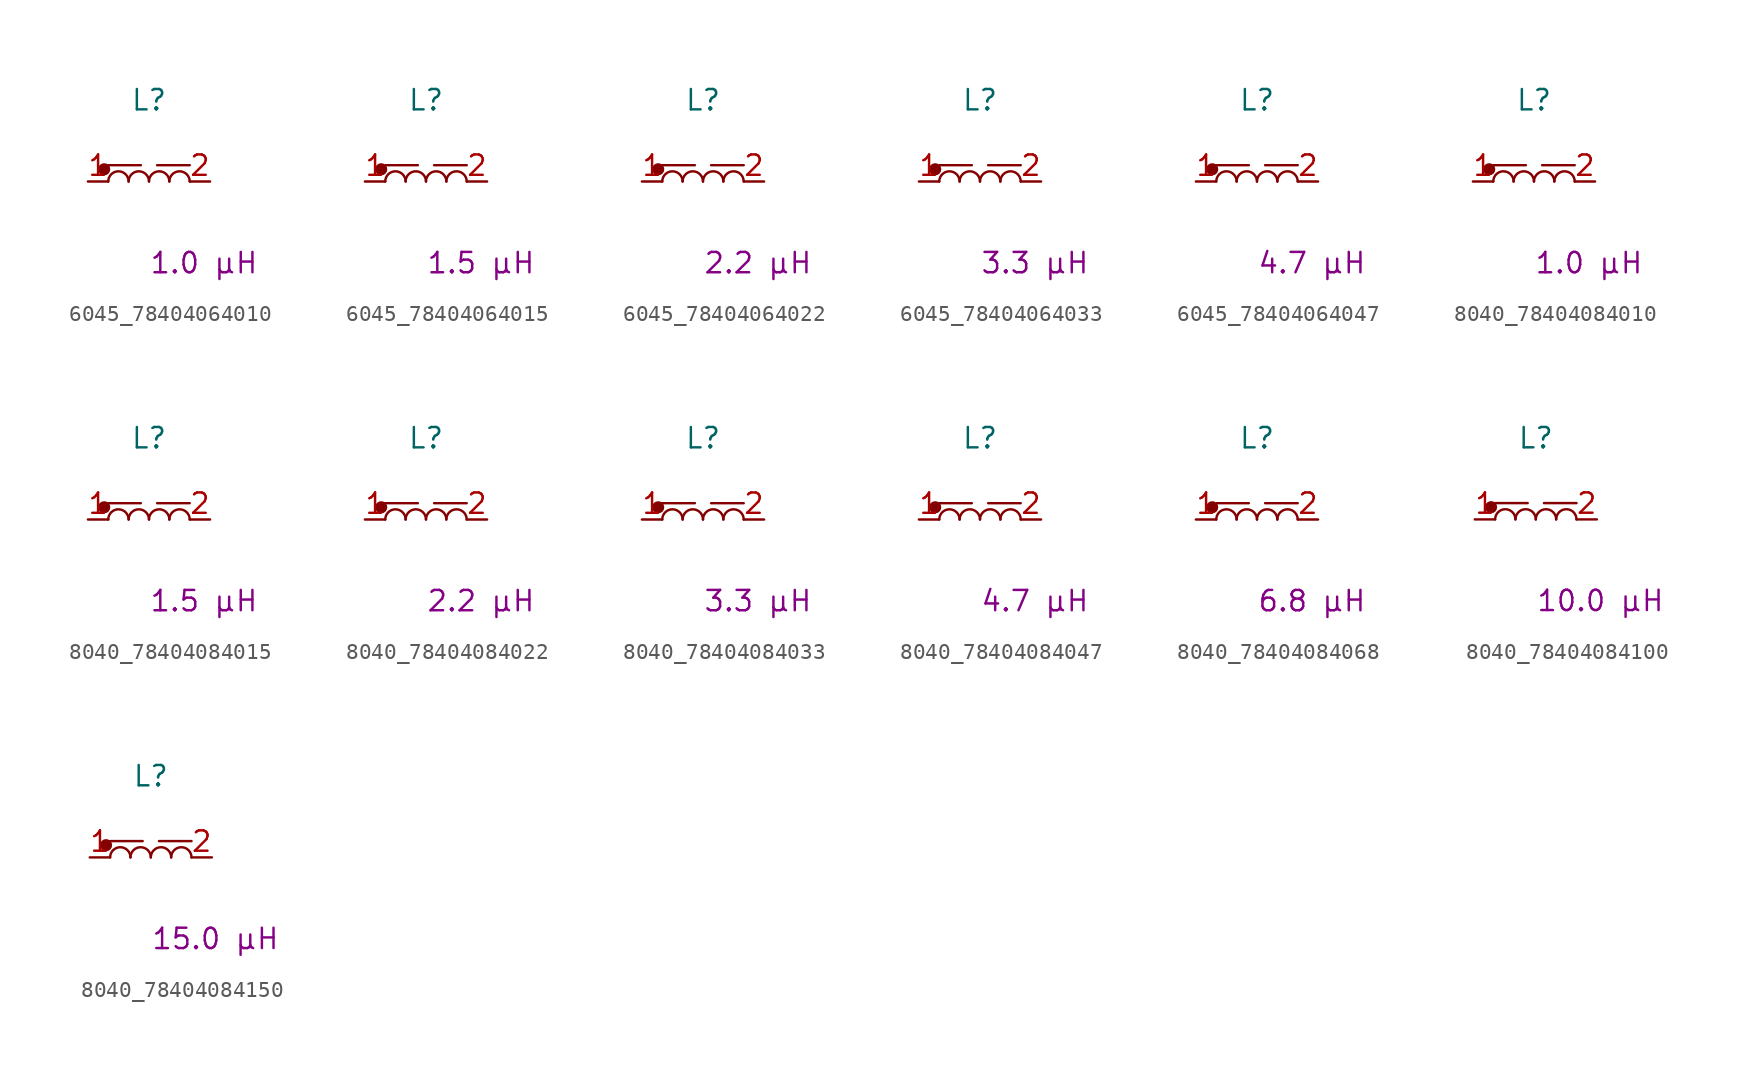
<source format=kicad_sym>
(kicad_symbol_lib
  (version 20220914)
  (generator kicad_symbol_editor)
  (symbol "6045_78404064010"
    (pin_names hide)
    (property "Reference" "L"
      (at 0 5.08 0)
      (effects (font (size 1.27 1.27))))
    (property "Critical Parameter" "1.0 µH"
      (at 0 -5.08 0)
      (effects (font (size 1.27 1.27)) (justify left)))
    (symbol "6045_78404064010_0_1"
      (arc (start -1.27 0) (mid -1.905 0.6323) (end -2.54 0) (stroke (width 0) (type default)) (fill (type none)))
      (arc (start 0 0) (mid -0.635 0.6323) (end -1.27 0) (stroke (width 0) (type default)) (fill (type none)))
      (polyline (pts (xy -2.54 1.016) (xy -0.508 1.016)) (stroke (width 0) (type default)) (fill (type none)))
      (arc (start 1.27 0) (mid 0.635 0.6323) (end 0 0) (stroke (width 0) (type default)) (fill (type none)))
      (arc (start 2.54 0) (mid 1.905 0.6323) (end 1.27 0) (stroke (width 0) (type default)) (fill (type none))))
    (symbol "6045_78404064010_1_1"
      (circle (center -2.794 0.762) (radius 0.0001) (stroke (width 0.381) (type default)) (fill (type none)))
      (polyline (pts (xy 2.54 1.016) (xy 0.508 1.016)) (stroke (width 0) (type default)) (fill (type none)))
      (pin passive line (at -3.81 0 0) (length 1.27) (name "1" (effects (font (size 1.27 1.27)))) (number "1" (effects (font (size 1.27 1.27)))))
      (pin passive line (at 3.81 0 180) (length 1.27) (name "2" (effects (font (size 1.27 1.27)))) (number "2" (effects (font (size 1.27 1.27)))))))
  (symbol "6045_78404064015"
    (pin_names hide)
    (property "Reference" "L"
      (at 0 5.08 0)
      (effects (font (size 1.27 1.27))))
    (property "Critical Parameter" "1.5 µH"
      (at 0 -5.08 0)
      (effects (font (size 1.27 1.27)) (justify left)))
    (symbol "6045_78404064015_0_1"
      (arc (start -1.27 0) (mid -1.905 0.6323) (end -2.54 0) (stroke (width 0) (type default)) (fill (type none)))
      (arc (start 0 0) (mid -0.635 0.6323) (end -1.27 0) (stroke (width 0) (type default)) (fill (type none)))
      (polyline (pts (xy -2.54 1.016) (xy -0.508 1.016)) (stroke (width 0) (type default)) (fill (type none)))
      (arc (start 1.27 0) (mid 0.635 0.6323) (end 0 0) (stroke (width 0) (type default)) (fill (type none)))
      (arc (start 2.54 0) (mid 1.905 0.6323) (end 1.27 0) (stroke (width 0) (type default)) (fill (type none))))
    (symbol "6045_78404064015_1_1"
      (circle (center -2.794 0.762) (radius 0.0001) (stroke (width 0.381) (type default)) (fill (type none)))
      (polyline (pts (xy 2.54 1.016) (xy 0.508 1.016)) (stroke (width 0) (type default)) (fill (type none)))
      (pin passive line (at -3.81 0 0) (length 1.27) (name "1" (effects (font (size 1.27 1.27)))) (number "1" (effects (font (size 1.27 1.27)))))
      (pin passive line (at 3.81 0 180) (length 1.27) (name "2" (effects (font (size 1.27 1.27)))) (number "2" (effects (font (size 1.27 1.27)))))))
  (symbol "6045_78404064022"
    (pin_names hide)
    (property "Reference" "L"
      (at 0 5.08 0)
      (effects (font (size 1.27 1.27))))
    (property "Critical Parameter" "2.2 µH"
      (at 0 -5.08 0)
      (effects (font (size 1.27 1.27)) (justify left)))
    (symbol "6045_78404064022_0_1"
      (arc (start -1.27 0) (mid -1.905 0.6323) (end -2.54 0) (stroke (width 0) (type default)) (fill (type none)))
      (arc (start 0 0) (mid -0.635 0.6323) (end -1.27 0) (stroke (width 0) (type default)) (fill (type none)))
      (polyline (pts (xy -2.54 1.016) (xy -0.508 1.016)) (stroke (width 0) (type default)) (fill (type none)))
      (arc (start 1.27 0) (mid 0.635 0.6323) (end 0 0) (stroke (width 0) (type default)) (fill (type none)))
      (arc (start 2.54 0) (mid 1.905 0.6323) (end 1.27 0) (stroke (width 0) (type default)) (fill (type none))))
    (symbol "6045_78404064022_1_1"
      (circle (center -2.794 0.762) (radius 0.0001) (stroke (width 0.381) (type default)) (fill (type none)))
      (polyline (pts (xy 2.54 1.016) (xy 0.508 1.016)) (stroke (width 0) (type default)) (fill (type none)))
      (pin passive line (at -3.81 0 0) (length 1.27) (name "1" (effects (font (size 1.27 1.27)))) (number "1" (effects (font (size 1.27 1.27)))))
      (pin passive line (at 3.81 0 180) (length 1.27) (name "2" (effects (font (size 1.27 1.27)))) (number "2" (effects (font (size 1.27 1.27)))))))
  (symbol "6045_78404064033"
    (pin_names hide)
    (property "Reference" "L"
      (at 0 5.08 0)
      (effects (font (size 1.27 1.27))))
    (property "Critical Parameter" "3.3 µH"
      (at 0 -5.08 0)
      (effects (font (size 1.27 1.27)) (justify left)))
    (symbol "6045_78404064033_0_1"
      (arc (start -1.27 0) (mid -1.905 0.6323) (end -2.54 0) (stroke (width 0) (type default)) (fill (type none)))
      (arc (start 0 0) (mid -0.635 0.6323) (end -1.27 0) (stroke (width 0) (type default)) (fill (type none)))
      (polyline (pts (xy -2.54 1.016) (xy -0.508 1.016)) (stroke (width 0) (type default)) (fill (type none)))
      (arc (start 1.27 0) (mid 0.635 0.6323) (end 0 0) (stroke (width 0) (type default)) (fill (type none)))
      (arc (start 2.54 0) (mid 1.905 0.6323) (end 1.27 0) (stroke (width 0) (type default)) (fill (type none))))
    (symbol "6045_78404064033_1_1"
      (circle (center -2.794 0.762) (radius 0.0001) (stroke (width 0.381) (type default)) (fill (type none)))
      (polyline (pts (xy 2.54 1.016) (xy 0.508 1.016)) (stroke (width 0) (type default)) (fill (type none)))
      (pin passive line (at -3.81 0 0) (length 1.27) (name "1" (effects (font (size 1.27 1.27)))) (number "1" (effects (font (size 1.27 1.27)))))
      (pin passive line (at 3.81 0 180) (length 1.27) (name "2" (effects (font (size 1.27 1.27)))) (number "2" (effects (font (size 1.27 1.27)))))))
  (symbol "6045_78404064047"
    (pin_names hide)
    (property "Reference" "L"
      (at 0 5.08 0)
      (effects (font (size 1.27 1.27))))
    (property "Critical Parameter" "4.7 µH"
      (at 0 -5.08 0)
      (effects (font (size 1.27 1.27)) (justify left)))
    (symbol "6045_78404064047_0_1"
      (arc (start -1.27 0) (mid -1.905 0.6323) (end -2.54 0) (stroke (width 0) (type default)) (fill (type none)))
      (arc (start 0 0) (mid -0.635 0.6323) (end -1.27 0) (stroke (width 0) (type default)) (fill (type none)))
      (polyline (pts (xy -2.54 1.016) (xy -0.508 1.016)) (stroke (width 0) (type default)) (fill (type none)))
      (arc (start 1.27 0) (mid 0.635 0.6323) (end 0 0) (stroke (width 0) (type default)) (fill (type none)))
      (arc (start 2.54 0) (mid 1.905 0.6323) (end 1.27 0) (stroke (width 0) (type default)) (fill (type none))))
    (symbol "6045_78404064047_1_1"
      (circle (center -2.794 0.762) (radius 0.0001) (stroke (width 0.381) (type default)) (fill (type none)))
      (polyline (pts (xy 2.54 1.016) (xy 0.508 1.016)) (stroke (width 0) (type default)) (fill (type none)))
      (pin passive line (at -3.81 0 0) (length 1.27) (name "1" (effects (font (size 1.27 1.27)))) (number "1" (effects (font (size 1.27 1.27)))))
      (pin passive line (at 3.81 0 180) (length 1.27) (name "2" (effects (font (size 1.27 1.27)))) (number "2" (effects (font (size 1.27 1.27)))))))
  (symbol "8040_78404084010"
    (pin_names hide)
    (property "Reference" "L"
      (at 0 5.08 0)
      (effects (font (size 1.27 1.27))))
    (property "Critical Parameter" "1.0 µH"
      (at 0 -5.08 0)
      (effects (font (size 1.27 1.27)) (justify left)))
    (symbol "8040_78404084010_0_1"
      (arc (start -1.27 0) (mid -1.905 0.6323) (end -2.54 0) (stroke (width 0) (type default)) (fill (type none)))
      (arc (start 0 0) (mid -0.635 0.6323) (end -1.27 0) (stroke (width 0) (type default)) (fill (type none)))
      (polyline (pts (xy -2.54 1.016) (xy -0.508 1.016)) (stroke (width 0) (type default)) (fill (type none)))
      (arc (start 1.27 0) (mid 0.635 0.6323) (end 0 0) (stroke (width 0) (type default)) (fill (type none)))
      (arc (start 2.54 0) (mid 1.905 0.6323) (end 1.27 0) (stroke (width 0) (type default)) (fill (type none))))
    (symbol "8040_78404084010_1_1"
      (circle (center -2.794 0.762) (radius 0.0001) (stroke (width 0.381) (type default)) (fill (type none)))
      (polyline (pts (xy 2.54 1.016) (xy 0.508 1.016)) (stroke (width 0) (type default)) (fill (type none)))
      (pin passive line (at -3.81 0 0) (length 1.27) (name "1" (effects (font (size 1.27 1.27)))) (number "1" (effects (font (size 1.27 1.27)))))
      (pin passive line (at 3.81 0 180) (length 1.27) (name "2" (effects (font (size 1.27 1.27)))) (number "2" (effects (font (size 1.27 1.27)))))))
  (symbol "8040_78404084015"
    (pin_names hide)
    (property "Reference" "L"
      (at 0 5.08 0)
      (effects (font (size 1.27 1.27))))
    (property "Critical Parameter" "1.5 µH"
      (at 0 -5.08 0)
      (effects (font (size 1.27 1.27)) (justify left)))
    (symbol "8040_78404084015_0_1"
      (arc (start -1.27 0) (mid -1.905 0.6323) (end -2.54 0) (stroke (width 0) (type default)) (fill (type none)))
      (arc (start 0 0) (mid -0.635 0.6323) (end -1.27 0) (stroke (width 0) (type default)) (fill (type none)))
      (polyline (pts (xy -2.54 1.016) (xy -0.508 1.016)) (stroke (width 0) (type default)) (fill (type none)))
      (arc (start 1.27 0) (mid 0.635 0.6323) (end 0 0) (stroke (width 0) (type default)) (fill (type none)))
      (arc (start 2.54 0) (mid 1.905 0.6323) (end 1.27 0) (stroke (width 0) (type default)) (fill (type none))))
    (symbol "8040_78404084015_1_1"
      (circle (center -2.794 0.762) (radius 0.0001) (stroke (width 0.381) (type default)) (fill (type none)))
      (polyline (pts (xy 2.54 1.016) (xy 0.508 1.016)) (stroke (width 0) (type default)) (fill (type none)))
      (pin passive line (at -3.81 0 0) (length 1.27) (name "1" (effects (font (size 1.27 1.27)))) (number "1" (effects (font (size 1.27 1.27)))))
      (pin passive line (at 3.81 0 180) (length 1.27) (name "2" (effects (font (size 1.27 1.27)))) (number "2" (effects (font (size 1.27 1.27)))))))
  (symbol "8040_78404084022"
    (pin_names hide)
    (property "Reference" "L"
      (at 0 5.08 0)
      (effects (font (size 1.27 1.27))))
    (property "Critical Parameter" "2.2 µH"
      (at 0 -5.08 0)
      (effects (font (size 1.27 1.27)) (justify left)))
    (symbol "8040_78404084022_0_1"
      (arc (start -1.27 0) (mid -1.905 0.6323) (end -2.54 0) (stroke (width 0) (type default)) (fill (type none)))
      (arc (start 0 0) (mid -0.635 0.6323) (end -1.27 0) (stroke (width 0) (type default)) (fill (type none)))
      (polyline (pts (xy -2.54 1.016) (xy -0.508 1.016)) (stroke (width 0) (type default)) (fill (type none)))
      (arc (start 1.27 0) (mid 0.635 0.6323) (end 0 0) (stroke (width 0) (type default)) (fill (type none)))
      (arc (start 2.54 0) (mid 1.905 0.6323) (end 1.27 0) (stroke (width 0) (type default)) (fill (type none))))
    (symbol "8040_78404084022_1_1"
      (circle (center -2.794 0.762) (radius 0.0001) (stroke (width 0.381) (type default)) (fill (type none)))
      (polyline (pts (xy 2.54 1.016) (xy 0.508 1.016)) (stroke (width 0) (type default)) (fill (type none)))
      (pin passive line (at -3.81 0 0) (length 1.27) (name "1" (effects (font (size 1.27 1.27)))) (number "1" (effects (font (size 1.27 1.27)))))
      (pin passive line (at 3.81 0 180) (length 1.27) (name "2" (effects (font (size 1.27 1.27)))) (number "2" (effects (font (size 1.27 1.27)))))))
  (symbol "8040_78404084033"
    (pin_names hide)
    (property "Reference" "L"
      (at 0 5.08 0)
      (effects (font (size 1.27 1.27))))
    (property "Critical Parameter" "3.3 µH"
      (at 0 -5.08 0)
      (effects (font (size 1.27 1.27)) (justify left)))
    (symbol "8040_78404084033_0_1"
      (arc (start -1.27 0) (mid -1.905 0.6323) (end -2.54 0) (stroke (width 0) (type default)) (fill (type none)))
      (arc (start 0 0) (mid -0.635 0.6323) (end -1.27 0) (stroke (width 0) (type default)) (fill (type none)))
      (polyline (pts (xy -2.54 1.016) (xy -0.508 1.016)) (stroke (width 0) (type default)) (fill (type none)))
      (arc (start 1.27 0) (mid 0.635 0.6323) (end 0 0) (stroke (width 0) (type default)) (fill (type none)))
      (arc (start 2.54 0) (mid 1.905 0.6323) (end 1.27 0) (stroke (width 0) (type default)) (fill (type none))))
    (symbol "8040_78404084033_1_1"
      (circle (center -2.794 0.762) (radius 0.0001) (stroke (width 0.381) (type default)) (fill (type none)))
      (polyline (pts (xy 2.54 1.016) (xy 0.508 1.016)) (stroke (width 0) (type default)) (fill (type none)))
      (pin passive line (at -3.81 0 0) (length 1.27) (name "1" (effects (font (size 1.27 1.27)))) (number "1" (effects (font (size 1.27 1.27)))))
      (pin passive line (at 3.81 0 180) (length 1.27) (name "2" (effects (font (size 1.27 1.27)))) (number "2" (effects (font (size 1.27 1.27)))))))
  (symbol "8040_78404084047"
    (pin_names hide)
    (property "Reference" "L"
      (at 0 5.08 0)
      (effects (font (size 1.27 1.27))))
    (property "Critical Parameter" "4.7 µH"
      (at 0 -5.08 0)
      (effects (font (size 1.27 1.27)) (justify left)))
    (symbol "8040_78404084047_0_1"
      (arc (start -1.27 0) (mid -1.905 0.6323) (end -2.54 0) (stroke (width 0) (type default)) (fill (type none)))
      (arc (start 0 0) (mid -0.635 0.6323) (end -1.27 0) (stroke (width 0) (type default)) (fill (type none)))
      (polyline (pts (xy -2.54 1.016) (xy -0.508 1.016)) (stroke (width 0) (type default)) (fill (type none)))
      (arc (start 1.27 0) (mid 0.635 0.6323) (end 0 0) (stroke (width 0) (type default)) (fill (type none)))
      (arc (start 2.54 0) (mid 1.905 0.6323) (end 1.27 0) (stroke (width 0) (type default)) (fill (type none))))
    (symbol "8040_78404084047_1_1"
      (circle (center -2.794 0.762) (radius 0.0001) (stroke (width 0.381) (type default)) (fill (type none)))
      (polyline (pts (xy 2.54 1.016) (xy 0.508 1.016)) (stroke (width 0) (type default)) (fill (type none)))
      (pin passive line (at -3.81 0 0) (length 1.27) (name "1" (effects (font (size 1.27 1.27)))) (number "1" (effects (font (size 1.27 1.27)))))
      (pin passive line (at 3.81 0 180) (length 1.27) (name "2" (effects (font (size 1.27 1.27)))) (number "2" (effects (font (size 1.27 1.27)))))))
  (symbol "8040_78404084068"
    (pin_names hide)
    (property "Reference" "L"
      (at 0 5.08 0)
      (effects (font (size 1.27 1.27))))
    (property "Critical Parameter" "6.8 µH"
      (at 0 -5.08 0)
      (effects (font (size 1.27 1.27)) (justify left)))
    (symbol "8040_78404084068_0_1"
      (arc (start -1.27 0) (mid -1.905 0.6323) (end -2.54 0) (stroke (width 0) (type default)) (fill (type none)))
      (arc (start 0 0) (mid -0.635 0.6323) (end -1.27 0) (stroke (width 0) (type default)) (fill (type none)))
      (polyline (pts (xy -2.54 1.016) (xy -0.508 1.016)) (stroke (width 0) (type default)) (fill (type none)))
      (arc (start 1.27 0) (mid 0.635 0.6323) (end 0 0) (stroke (width 0) (type default)) (fill (type none)))
      (arc (start 2.54 0) (mid 1.905 0.6323) (end 1.27 0) (stroke (width 0) (type default)) (fill (type none))))
    (symbol "8040_78404084068_1_1"
      (circle (center -2.794 0.762) (radius 0.0001) (stroke (width 0.381) (type default)) (fill (type none)))
      (polyline (pts (xy 2.54 1.016) (xy 0.508 1.016)) (stroke (width 0) (type default)) (fill (type none)))
      (pin passive line (at -3.81 0 0) (length 1.27) (name "1" (effects (font (size 1.27 1.27)))) (number "1" (effects (font (size 1.27 1.27)))))
      (pin passive line (at 3.81 0 180) (length 1.27) (name "2" (effects (font (size 1.27 1.27)))) (number "2" (effects (font (size 1.27 1.27)))))))
  (symbol "8040_78404084100"
    (pin_names hide)
    (property "Reference" "L"
      (at 0 5.08 0)
      (effects (font (size 1.27 1.27))))
    (property "Critical Parameter" "10.0 µH"
      (at 0 -5.08 0)
      (effects (font (size 1.27 1.27)) (justify left)))
    (symbol "8040_78404084100_0_1"
      (arc (start -1.27 0) (mid -1.905 0.6323) (end -2.54 0) (stroke (width 0) (type default)) (fill (type none)))
      (arc (start 0 0) (mid -0.635 0.6323) (end -1.27 0) (stroke (width 0) (type default)) (fill (type none)))
      (polyline (pts (xy -2.54 1.016) (xy -0.508 1.016)) (stroke (width 0) (type default)) (fill (type none)))
      (arc (start 1.27 0) (mid 0.635 0.6323) (end 0 0) (stroke (width 0) (type default)) (fill (type none)))
      (arc (start 2.54 0) (mid 1.905 0.6323) (end 1.27 0) (stroke (width 0) (type default)) (fill (type none))))
    (symbol "8040_78404084100_1_1"
      (circle (center -2.794 0.762) (radius 0.0001) (stroke (width 0.381) (type default)) (fill (type none)))
      (polyline (pts (xy 2.54 1.016) (xy 0.508 1.016)) (stroke (width 0) (type default)) (fill (type none)))
      (pin passive line (at -3.81 0 0) (length 1.27) (name "1" (effects (font (size 1.27 1.27)))) (number "1" (effects (font (size 1.27 1.27)))))
      (pin passive line (at 3.81 0 180) (length 1.27) (name "2" (effects (font (size 1.27 1.27)))) (number "2" (effects (font (size 1.27 1.27)))))))
  (symbol "8040_78404084150"
    (pin_names hide)
    (property "Reference" "L"
      (at 0 5.08 0)
      (effects (font (size 1.27 1.27))))
    (property "Critical Parameter" "15.0 µH"
      (at 0 -5.08 0)
      (effects (font (size 1.27 1.27)) (justify left)))
    (symbol "8040_78404084150_0_1"
      (arc (start -1.27 0) (mid -1.905 0.6323) (end -2.54 0) (stroke (width 0) (type default)) (fill (type none)))
      (arc (start 0 0) (mid -0.635 0.6323) (end -1.27 0) (stroke (width 0) (type default)) (fill (type none)))
      (polyline (pts (xy -2.54 1.016) (xy -0.508 1.016)) (stroke (width 0) (type default)) (fill (type none)))
      (arc (start 1.27 0) (mid 0.635 0.6323) (end 0 0) (stroke (width 0) (type default)) (fill (type none)))
      (arc (start 2.54 0) (mid 1.905 0.6323) (end 1.27 0) (stroke (width 0) (type default)) (fill (type none))))
    (symbol "8040_78404084150_1_1"
      (circle (center -2.794 0.762) (radius 0.0001) (stroke (width 0.381) (type default)) (fill (type none)))
      (polyline (pts (xy 2.54 1.016) (xy 0.508 1.016)) (stroke (width 0) (type default)) (fill (type none)))
      (pin passive line (at -3.81 0 0) (length 1.27) (name "1" (effects (font (size 1.27 1.27)))) (number "1" (effects (font (size 1.27 1.27)))))
      (pin passive line (at 3.81 0 180) (length 1.27) (name "2" (effects (font (size 1.27 1.27)))) (number "2" (effects (font (size 1.27 1.27))))))))
</source>
